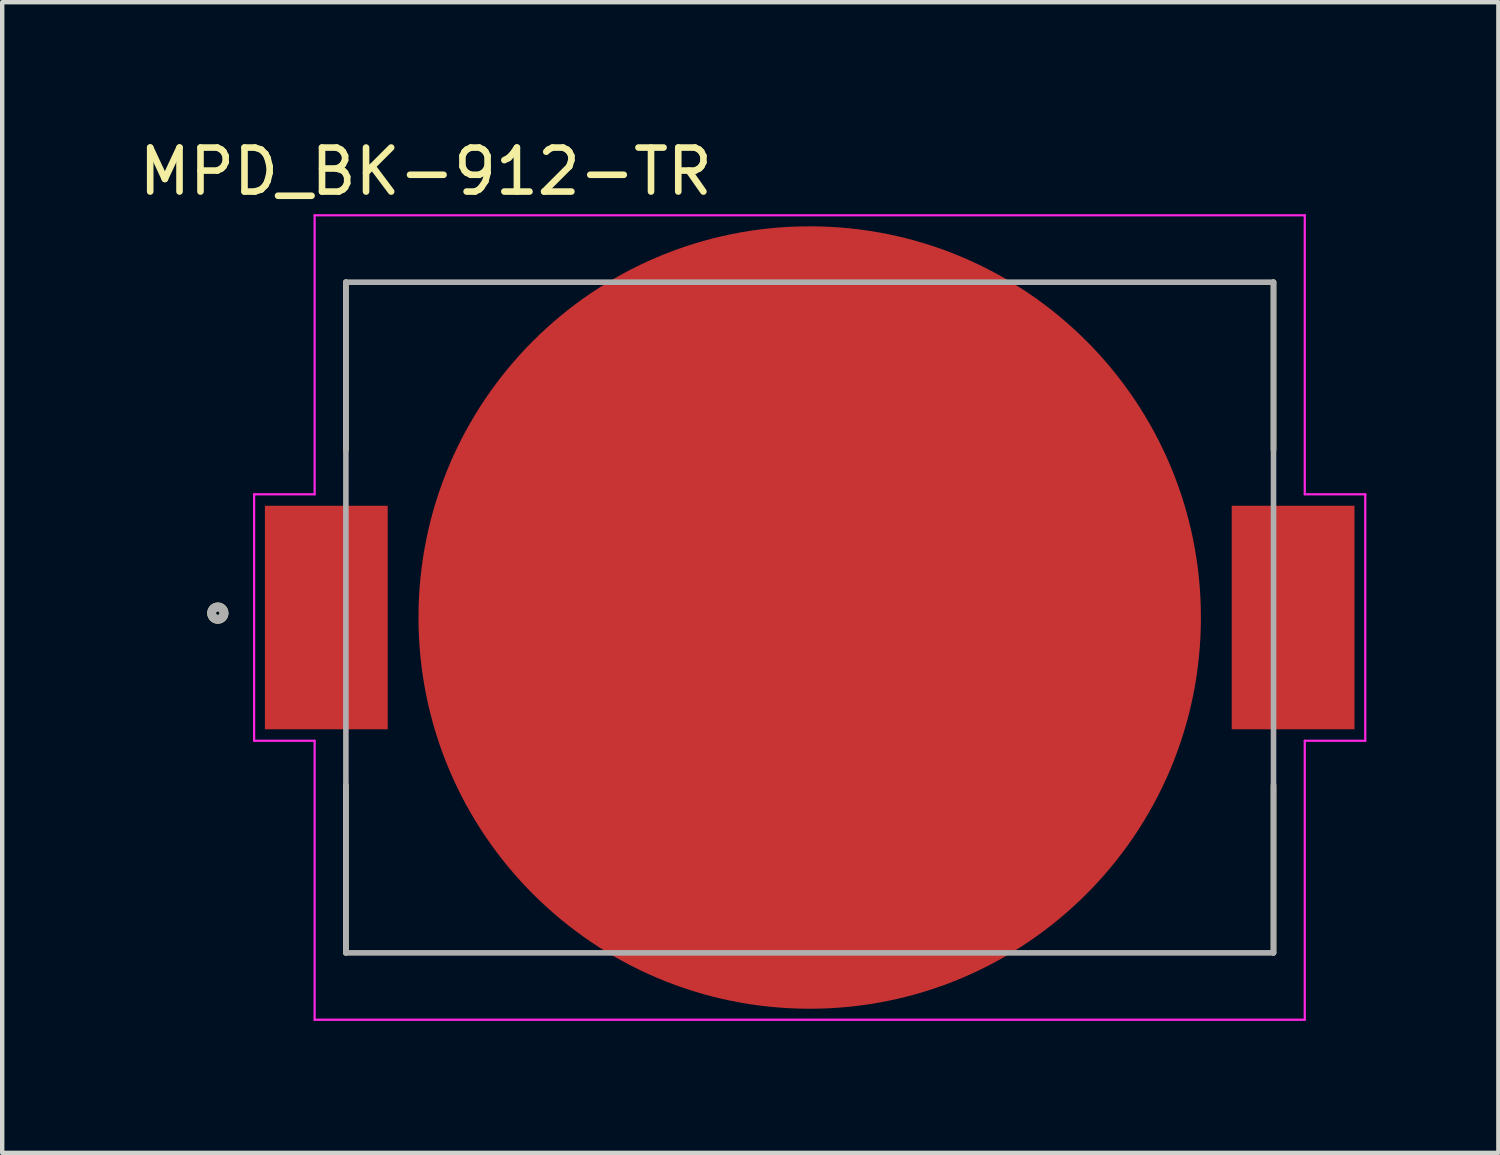
<source format=kicad_pcb>
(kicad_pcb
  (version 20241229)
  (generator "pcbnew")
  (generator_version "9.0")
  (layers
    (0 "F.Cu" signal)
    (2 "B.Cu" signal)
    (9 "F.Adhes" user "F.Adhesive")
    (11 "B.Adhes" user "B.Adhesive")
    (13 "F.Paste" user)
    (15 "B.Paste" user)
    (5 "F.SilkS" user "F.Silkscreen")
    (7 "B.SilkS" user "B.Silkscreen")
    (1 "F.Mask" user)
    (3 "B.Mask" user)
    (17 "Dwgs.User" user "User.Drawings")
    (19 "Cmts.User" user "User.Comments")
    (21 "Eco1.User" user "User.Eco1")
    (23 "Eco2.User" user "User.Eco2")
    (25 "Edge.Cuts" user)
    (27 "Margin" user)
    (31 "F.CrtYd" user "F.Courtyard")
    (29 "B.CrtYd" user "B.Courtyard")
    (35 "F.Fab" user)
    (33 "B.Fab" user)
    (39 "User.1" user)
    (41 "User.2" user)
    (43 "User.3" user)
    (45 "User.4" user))
  (footprint "MPD_BK-912-TR"
    (layer "F.Cu")
    (at 15.35 10.983)
    (property "Reference" "MPD_BK-912-TR" (at -8.725 -10.135 0) (layer "F.SilkS") (effects (font (size 1 1) (thickness 0.15))))
    (attr smd)
    (fp_line (start -10.54 -3.81) (end -10.54 -7.62) (stroke (width 0.127) (type solid)) (layer "F.SilkS"))
    (fp_line (start -10.54 7.62) (end -10.54 3.81) (stroke (width 0.127) (type solid)) (layer "F.SilkS"))
    (fp_line (start 10.54 -7.62) (end 10.54 -3.81) (stroke (width 0.127) (type solid)) (layer "F.SilkS"))
    (fp_line (start 10.54 3.81) (end 10.54 7.62) (stroke (width 0.127) (type solid)) (layer "F.SilkS"))
    (fp_circle (center -13.45 -0.1) (end -13.309 -0.1) (stroke (width 0.2) (type solid)) (fill no) (layer "F.SilkS"))
    (fp_line (start -12.625 -2.8) (end -11.25 -2.8) (stroke (width 0.05) (type solid)) (layer "F.CrtYd"))
    (fp_line (start -12.625 2.8) (end -12.625 -2.8) (stroke (width 0.05) (type solid)) (layer "F.CrtYd"))
    (fp_line (start -11.25 -9.14) (end 11.25 -9.14) (stroke (width 0.05) (type solid)) (layer "F.CrtYd"))
    (fp_line (start -11.25 -2.8) (end -11.25 -9.14) (stroke (width 0.05) (type solid)) (layer "F.CrtYd"))
    (fp_line (start -11.25 2.8) (end -12.625 2.8) (stroke (width 0.05) (type solid)) (layer "F.CrtYd"))
    (fp_line (start -11.25 9.14) (end -11.25 2.8) (stroke (width 0.05) (type solid)) (layer "F.CrtYd"))
    (fp_line (start 11.25 -9.14) (end 11.25 -2.8) (stroke (width 0.05) (type solid)) (layer "F.CrtYd"))
    (fp_line (start 11.25 -2.8) (end 12.625 -2.8) (stroke (width 0.05) (type solid)) (layer "F.CrtYd"))
    (fp_line (start 11.25 2.8) (end 11.25 9.14) (stroke (width 0.05) (type solid)) (layer "F.CrtYd"))
    (fp_line (start 11.25 9.14) (end -11.25 9.14) (stroke (width 0.05) (type solid)) (layer "F.CrtYd"))
    (fp_line (start 12.625 -2.8) (end 12.625 2.8) (stroke (width 0.05) (type solid)) (layer "F.CrtYd"))
    (fp_line (start 12.625 2.8) (end 11.25 2.8) (stroke (width 0.05) (type solid)) (layer "F.CrtYd"))
    (fp_line (start -10.54 -7.62) (end 10.54 -7.62) (stroke (width 0.127) (type solid)) (layer "F.Fab"))
    (fp_line (start -10.54 7.62) (end -10.54 -7.62) (stroke (width 0.127) (type solid)) (layer "F.Fab"))
    (fp_line (start 10.54 -7.62) (end 10.54 7.62) (stroke (width 0.127) (type solid)) (layer "F.Fab"))
    (fp_line (start 10.54 7.62) (end -10.54 7.62) (stroke (width 0.127) (type solid)) (layer "F.Fab"))
    (fp_circle (center -13.45 -0.1) (end -13.309 -0.1) (stroke (width 0.2) (type solid)) (fill no) (layer "F.Fab"))
    (pad "1" smd rect (at -10.985 0) (size 2.79 5.08) (layers "F.Cu" "F.Mask" "F.Paste"))
    (pad "2" smd rect (at 10.985 0) (size 2.79 5.08) (layers "F.Cu" "F.Mask" "F.Paste"))
    (pad "3" smd circle (at 0 0) (size 17.78 17.78) (layers "F.Cu" "F.Mask" "F.Paste")))
  (gr_rect
    (start -3 -3)
    (end 31 23.148)
    (stroke (width 0.1) (type default))
    (fill no)
    (layer "Edge.Cuts")))
</source>
